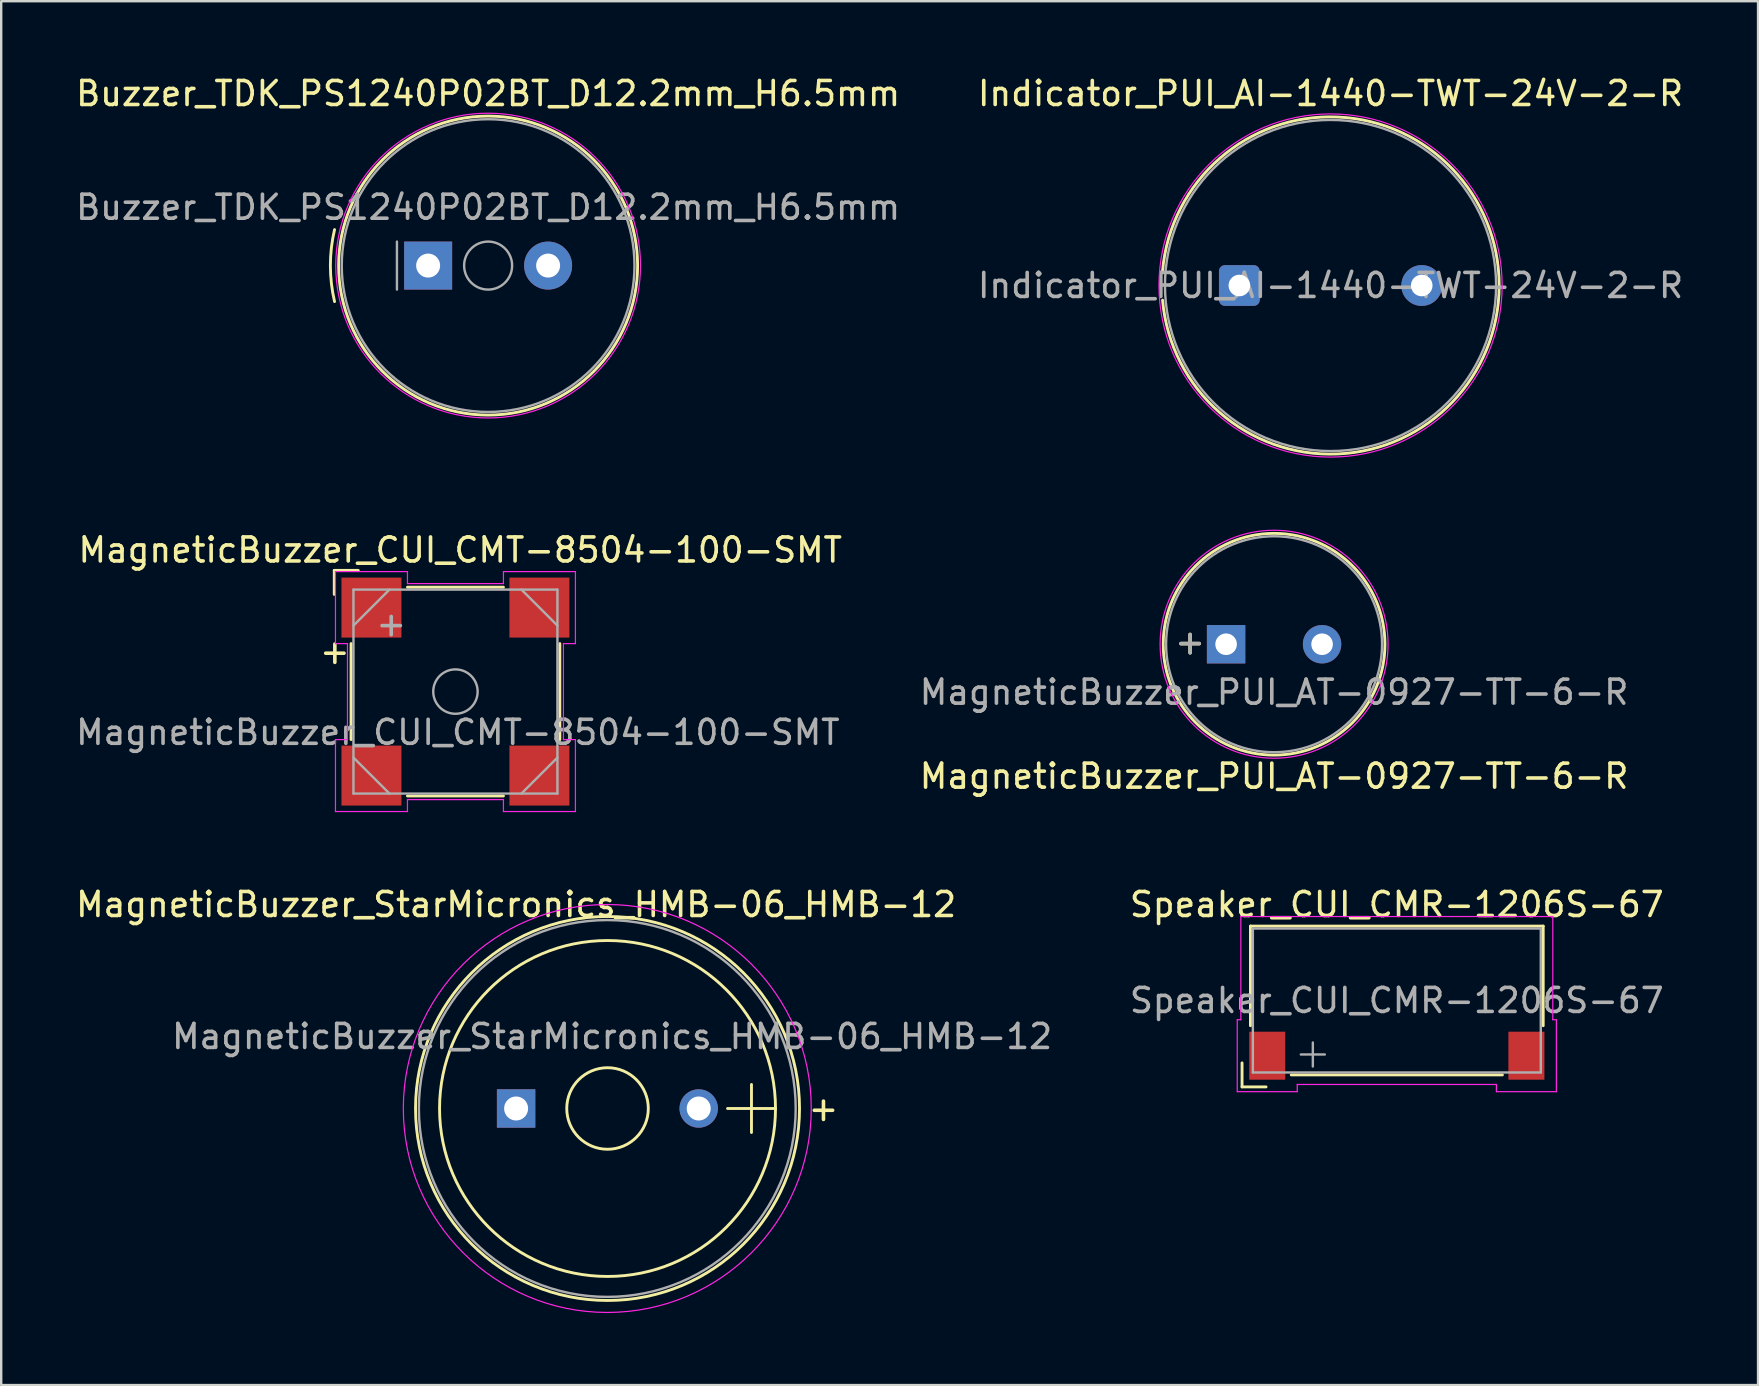
<source format=kicad_pcb>
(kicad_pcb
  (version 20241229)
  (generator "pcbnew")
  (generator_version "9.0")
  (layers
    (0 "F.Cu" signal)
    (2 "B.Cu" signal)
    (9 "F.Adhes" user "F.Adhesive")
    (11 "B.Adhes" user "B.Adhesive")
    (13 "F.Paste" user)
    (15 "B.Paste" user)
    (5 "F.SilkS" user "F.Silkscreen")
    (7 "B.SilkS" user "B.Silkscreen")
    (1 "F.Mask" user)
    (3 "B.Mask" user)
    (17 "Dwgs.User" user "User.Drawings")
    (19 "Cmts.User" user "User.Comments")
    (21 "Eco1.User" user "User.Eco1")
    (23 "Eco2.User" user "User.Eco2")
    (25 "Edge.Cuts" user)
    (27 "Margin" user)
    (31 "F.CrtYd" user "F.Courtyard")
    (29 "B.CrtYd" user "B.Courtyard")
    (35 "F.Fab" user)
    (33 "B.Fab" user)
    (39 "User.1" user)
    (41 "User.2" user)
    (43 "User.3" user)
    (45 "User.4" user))
  (footprint "MagneticBuzzer_StarMicronics_HMB-06_HMB-12"
    (layer "F.Cu")
    (at 18.458 43.145)
    (property "Reference" "MagneticBuzzer_StarMicronics_HMB-06_HMB-12" (at 0 -8.5 0) (layer "F.SilkS") (effects (font (size 1 1) (thickness 0.15))))
    (attr through_hole)
    (fp_line (start 8.811 0) (end 10.81 0) (stroke (width 0.12) (type solid)) (layer "F.SilkS"))
    (fp_line (start 9.809 -1.001) (end 9.809 1.001) (stroke (width 0.12) (type solid)) (layer "F.SilkS"))
    (fp_circle (center 3.81 0) (end 5.509 0) (stroke (width 0.12) (type solid)) (fill no) (layer "F.SilkS"))
    (fp_circle (center 3.81 0) (end 10.81 0) (stroke (width 0.12) (type solid)) (fill no) (layer "F.SilkS"))
    (fp_circle (center 3.81 0) (end 11.811 0) (stroke (width 0.12) (type solid)) (fill no) (layer "F.SilkS"))
    (fp_circle (center 3.8 0) (end 12.3 0) (stroke (width 0.05) (type solid)) (fill no) (layer "F.CrtYd"))
    (fp_circle (center 3.8 0) (end 11.6 -0.9) (stroke (width 0.1) (type solid)) (fill no) (layer "F.Fab"))
    (fp_text user "+" (at 12.809 0 0) (layer "F.SilkS") (effects (font (size 1 1) (thickness 0.15))))
    (fp_text user "${REFERENCE}" (at 4 -3 0) (layer "F.Fab") (effects (font (size 1 1) (thickness 0.15))))
    (pad "1" thru_hole rect (at 0 0) (size 1.6 1.6) (drill 1.001) (layers "*.Cu" "*.Mask"))
    (pad "2" thru_hole circle (at 7.61 0) (size 1.6 1.6) (drill 1.001) (layers "*.Cu" "*.Mask")))
  (footprint "Buzzer_TDK_PS1240P02BT_D12.2mm_H6.5mm"
    (layer "F.Cu")
    (at 14.792 8.018)
    (property "Reference" "Buzzer_TDK_PS1240P02BT_D12.2mm_H6.5mm" (at 2.5 -7.17 0) (layer "F.SilkS") (effects (font (size 1 1) (thickness 0.15))))
    (attr through_hole)
    (fp_arc (start -3.9 1.499999) (mid -4.073431 0) (end -3.9 -1.5) (stroke (width 0.12) (type solid)) (layer "F.SilkS"))
    (fp_circle (center 2.5 0) (end 8.73 0) (stroke (width 0.12) (type solid)) (fill no) (layer "F.SilkS"))
    (fp_circle (center 2.5 0) (end 8.85 0) (stroke (width 0.05) (type solid)) (fill no) (layer "F.CrtYd"))
    (fp_line (start -1.3 -1) (end -1.3 1) (stroke (width 0.1) (type solid)) (layer "F.Fab"))
    (fp_circle (center 2.5 0) (end 3.5 0) (stroke (width 0.1) (type solid)) (fill no) (layer "F.Fab"))
    (fp_circle (center 2.5 0) (end 8.6 0) (stroke (width 0.1) (type solid)) (fill no) (layer "F.Fab"))
    (fp_text user "${REFERENCE}" (at 2.5 -2.43 0) (layer "F.Fab") (effects (font (size 1 1) (thickness 0.15))))
    (pad "1" thru_hole rect (at 0 0) (size 2 2) (drill 1) (layers "*.Cu" "*.Mask"))
    (pad "2" thru_hole circle (at 5 0) (size 2 2) (drill 1) (layers "*.Cu" "*.Mask")))
  (footprint "Speaker_CUI_CMR-1206S-67"
    (layer "F.Cu")
    (at 55.161 38.645)
    (property "Reference" "Speaker_CUI_CMR-1206S-67" (at 0 -4 0) (layer "F.SilkS") (effects (font (size 1 1) (thickness 0.15))))
    (attr smd)
    (fp_line (start -6.45 2.6) (end -6.45 3.6) (stroke (width 0.12) (type solid)) (layer "F.SilkS"))
    (fp_line (start -6.45 3.6) (end -5.45 3.6) (stroke (width 0.12) (type solid)) (layer "F.SilkS"))
    (fp_line (start -6.1 -3.1) (end 6.1 -3.1) (stroke (width 0.12) (type solid)) (layer "F.SilkS"))
    (fp_line (start -6.1 1.05) (end -6.1 -3.1) (stroke (width 0.12) (type solid)) (layer "F.SilkS"))
    (fp_line (start 4.4 3.1) (end -4.4 3.1) (stroke (width 0.12) (type solid)) (layer "F.SilkS"))
    (fp_line (start 6.1 -3.1) (end 6.1 1.05) (stroke (width 0.12) (type solid)) (layer "F.SilkS"))
    (fp_line (start -6.65 0.8) (end -6.65 3.8) (stroke (width 0.05) (type solid)) (layer "F.CrtYd"))
    (fp_line (start -6.65 3.8) (end -4.15 3.8) (stroke (width 0.05) (type solid)) (layer "F.CrtYd"))
    (fp_line (start -6.5 -3.5) (end 6.5 -3.5) (stroke (width 0.05) (type solid)) (layer "F.CrtYd"))
    (fp_line (start -6.5 0.8) (end -6.65 0.8) (stroke (width 0.05) (type solid)) (layer "F.CrtYd"))
    (fp_line (start -6.5 0.8) (end -6.5 -3.5) (stroke (width 0.05) (type solid)) (layer "F.CrtYd"))
    (fp_line (start -4.15 3.8) (end -4.15 3.5) (stroke (width 0.05) (type solid)) (layer "F.CrtYd"))
    (fp_line (start 4.15 3.5) (end -4.15 3.5) (stroke (width 0.05) (type solid)) (layer "F.CrtYd"))
    (fp_line (start 4.15 3.8) (end 4.15 3.5) (stroke (width 0.05) (type solid)) (layer "F.CrtYd"))
    (fp_line (start 6.5 -3.5) (end 6.5 0.8) (stroke (width 0.05) (type solid)) (layer "F.CrtYd"))
    (fp_line (start 6.5 0.8) (end 6.65 0.8) (stroke (width 0.05) (type solid)) (layer "F.CrtYd"))
    (fp_line (start 6.65 0.8) (end 6.65 3.8) (stroke (width 0.05) (type solid)) (layer "F.CrtYd"))
    (fp_line (start 6.65 3.8) (end 4.15 3.8) (stroke (width 0.05) (type solid)) (layer "F.CrtYd"))
    (fp_line (start -6 -3) (end -6 3) (stroke (width 0.1) (type solid)) (layer "F.Fab"))
    (fp_line (start -6 3) (end 6 3) (stroke (width 0.1) (type solid)) (layer "F.Fab"))
    (fp_line (start -4 2.25) (end -3 2.25) (stroke (width 0.1) (type solid)) (layer "F.Fab"))
    (fp_line (start -3.5 2.75) (end -3.5 1.75) (stroke (width 0.1) (type solid)) (layer "F.Fab"))
    (fp_line (start 6 -3) (end -6 -3) (stroke (width 0.1) (type solid)) (layer "F.Fab"))
    (fp_line (start 6 3) (end 6 -3) (stroke (width 0.1) (type solid)) (layer "F.Fab"))
    (fp_text user "${REFERENCE}" (at 0 0 180) (layer "F.Fab") (effects (font (size 1 1) (thickness 0.15))))
    (pad "1" smd rect (at -5.4 2.3 180) (size 1.5 2) (layers "F.Cu" "F.Mask"))
    (pad "2" smd rect (at 5.4 2.3 180) (size 1.5 2) (layers "F.Cu" "F.Mask")))
  (footprint "MagneticBuzzer_CUI_CMT-8504-100-SMT"
    (layer "F.Cu")
    (at 15.93 25.771)
    (property "Reference" "MagneticBuzzer_CUI_CMT-8504-100-SMT" (at 0.2 -5.9 0) (layer "F.SilkS") (effects (font (size 1 1) (thickness 0.15))))
    (attr smd)
    (fp_line (start -5.05 -5.05) (end -4.05 -5.05) (stroke (width 0.12) (type solid)) (layer "F.SilkS"))
    (fp_line (start -5.05 -4.05) (end -5.05 -5.05) (stroke (width 0.12) (type solid)) (layer "F.SilkS"))
    (fp_line (start -4.35 -2) (end -4.35 2) (stroke (width 0.12) (type solid)) (layer "F.SilkS"))
    (fp_line (start -2 4.35) (end 2 4.35) (stroke (width 0.12) (type solid)) (layer "F.SilkS"))
    (fp_line (start 2 -4.35) (end -2 -4.35) (stroke (width 0.12) (type solid)) (layer "F.SilkS"))
    (fp_line (start 4.35 2) (end 4.35 -2) (stroke (width 0.12) (type solid)) (layer "F.SilkS"))
    (fp_line (start -5 -5) (end -2 -5) (stroke (width 0.05) (type solid)) (layer "F.CrtYd"))
    (fp_line (start -5 -2) (end -5 -5) (stroke (width 0.05) (type solid)) (layer "F.CrtYd"))
    (fp_line (start -5 -2) (end -4.5 -2) (stroke (width 0.05) (type solid)) (layer "F.CrtYd"))
    (fp_line (start -5 2) (end -5 5) (stroke (width 0.05) (type solid)) (layer "F.CrtYd"))
    (fp_line (start -4.5 -2) (end -4.5 2) (stroke (width 0.05) (type solid)) (layer "F.CrtYd"))
    (fp_line (start -4.5 2) (end -5 2) (stroke (width 0.05) (type solid)) (layer "F.CrtYd"))
    (fp_line (start -2 -5) (end -2 -4.5) (stroke (width 0.05) (type solid)) (layer "F.CrtYd"))
    (fp_line (start -2 -4.5) (end 2 -4.5) (stroke (width 0.05) (type solid)) (layer "F.CrtYd"))
    (fp_line (start -2 4.5) (end -2 5) (stroke (width 0.05) (type solid)) (layer "F.CrtYd"))
    (fp_line (start -2 5) (end -5 5) (stroke (width 0.05) (type solid)) (layer "F.CrtYd"))
    (fp_line (start 2 -5) (end 5 -5) (stroke (width 0.05) (type solid)) (layer "F.CrtYd"))
    (fp_line (start 2 -4.5) (end 2 -5) (stroke (width 0.05) (type solid)) (layer "F.CrtYd"))
    (fp_line (start 2 4.5) (end -2 4.5) (stroke (width 0.05) (type solid)) (layer "F.CrtYd"))
    (fp_line (start 2 5) (end 2 4.5) (stroke (width 0.05) (type solid)) (layer "F.CrtYd"))
    (fp_line (start 4.5 -2) (end 4.5 2) (stroke (width 0.05) (type solid)) (layer "F.CrtYd"))
    (fp_line (start 4.5 2) (end 5 2) (stroke (width 0.05) (type solid)) (layer "F.CrtYd"))
    (fp_line (start 5 -2) (end 4.5 -2) (stroke (width 0.05) (type solid)) (layer "F.CrtYd"))
    (fp_line (start 5 -2) (end 5 -5) (stroke (width 0.05) (type solid)) (layer "F.CrtYd"))
    (fp_line (start 5 2) (end 5 5) (stroke (width 0.05) (type solid)) (layer "F.CrtYd"))
    (fp_line (start 5 5) (end 2 5) (stroke (width 0.05) (type solid)) (layer "F.CrtYd"))
    (fp_line (start -4.25 -4.25) (end 4.25 -4.25) (stroke (width 0.1) (type solid)) (layer "F.Fab"))
    (fp_line (start -4.25 -2.75) (end -2.75 -4.25) (stroke (width 0.1) (type solid)) (layer "F.Fab"))
    (fp_line (start -4.25 4.25) (end -4.25 -4.25) (stroke (width 0.1) (type solid)) (layer "F.Fab"))
    (fp_line (start -2.75 4.25) (end -4.25 2.75) (stroke (width 0.1) (type solid)) (layer "F.Fab"))
    (fp_line (start 2.75 -4.25) (end 4.25 -2.75) (stroke (width 0.1) (type solid)) (layer "F.Fab"))
    (fp_line (start 4.25 -4.25) (end 4.25 4.25) (stroke (width 0.1) (type solid)) (layer "F.Fab"))
    (fp_line (start 4.25 2.75) (end 2.75 4.25) (stroke (width 0.1) (type solid)) (layer "F.Fab"))
    (fp_line (start 4.25 4.25) (end -4.25 4.25) (stroke (width 0.1) (type solid)) (layer "F.Fab"))
    (fp_circle (center 0 0) (end 0.925 0) (stroke (width 0.1) (type solid)) (fill no) (layer "F.Fab"))
    (fp_text user "+" (at -5.1 -1.6 270) (layer "F.SilkS") (effects (font (size 1 1) (thickness 0.15))))
    (fp_text user "+" (at -2.75 -2.75 270) (layer "F.Fab") (effects (font (size 1 1) (thickness 0.15))))
    (fp_text user "${REFERENCE}" (at 0.1 1.7 0) (layer "F.Fab") (effects (font (size 1 1) (thickness 0.15))))
    (pad "1" smd rect (at -3.5 -3.5 270) (size 2.5 2.5) (layers "F.Cu" "F.Mask" "F.Paste"))
    (pad "2" smd rect (at -3.5 3.5 270) (size 2.5 2.5) (layers "F.Cu" "F.Mask" "F.Paste"))
    (pad "3" smd rect (at 3.5 3.5 270) (size 2.5 2.5) (layers "F.Cu" "F.Mask" "F.Paste"))
    (pad "4" smd rect (at 3.5 -3.5 270) (size 2.5 2.5) (layers "F.Cu" "F.Mask" "F.Paste")))
  (footprint "MagneticBuzzer_PUI_AT-0927-TT-6-R"
    (layer "F.Cu")
    (at 48.046 23.798)
    (property "Reference" "MagneticBuzzer_PUI_AT-0927-TT-6-R" (at 2 5.5 0) (layer "F.SilkS") (effects (font (size 1 1) (thickness 0.15))))
    (attr through_hole)
    (fp_circle (center 2 0) (end 6.62 0) (stroke (width 0.12) (type solid)) (fill no) (layer "F.SilkS"))
    (fp_circle (center 2 0) (end 6.75 0) (stroke (width 0.05) (type solid)) (fill no) (layer "F.CrtYd"))
    (fp_circle (center 2 0) (end 6.5 0) (stroke (width 0.1) (type solid)) (fill no) (layer "F.Fab"))
    (fp_text user "+" (at -1.5 -0.1 0) (layer "F.SilkS") (effects (font (size 1 1) (thickness 0.15))))
    (fp_text user "+" (at -1.5 -0.1 0) (layer "F.Fab") (effects (font (size 1 1) (thickness 0.15))))
    (fp_text user "${REFERENCE}" (at 2 2 0) (layer "F.Fab") (effects (font (size 1 1) (thickness 0.15))))
    (pad "1" thru_hole rect (at 0 0) (size 1.6 1.6) (drill 0.9) (layers "*.Cu" "*.Mask"))
    (pad "2" thru_hole circle (at 4 0) (size 1.6 1.6) (drill 0.9) (layers "*.Cu" "*.Mask")))
  (footprint "Indicator_PUI_AI-1440-TWT-24V-2-R"
    (layer "F.Cu")
    (at 48.599 8.848)
    (property "Reference" "Indicator_PUI_AI-1440-TWT-24V-2-R" (at 3.8 -8 0) (layer "F.SilkS") (effects (font (size 1 1) (thickness 0.15))))
    (attr through_hole)
    (fp_arc (start -3.2 -0.615) (mid 10.826964 0.00257) (end -3.200448 0.60988) (stroke (width 0.12) (type solid)) (layer "F.SilkS"))
    (fp_circle (center 3.8 0) (end 10.95 0) (stroke (width 0.05) (type solid)) (fill no) (layer "F.CrtYd"))
    (fp_circle (center 3.8 0) (end 10.7 0) (stroke (width 0.1) (type solid)) (fill no) (layer "F.Fab"))
    (fp_text user "${REFERENCE}" (at 3.8 0 0) (layer "F.Fab") (effects (font (size 1 1) (thickness 0.15))))
    (pad "1" thru_hole roundrect (at 0 0) (size 1.7 1.7) (drill 0.9) (layers "*.Cu" "*.Mask") (roundrect_rratio 0.147))
    (pad "2" thru_hole circle (at 7.6 0) (size 1.7 1.7) (drill 0.9) (layers "*.Cu" "*.Mask")))
  (gr_rect
    (start -3 -3)
    (end 70.214 54.67)
    (stroke (width 0.1) (type default))
    (fill no)
    (layer "Edge.Cuts")))
</source>
